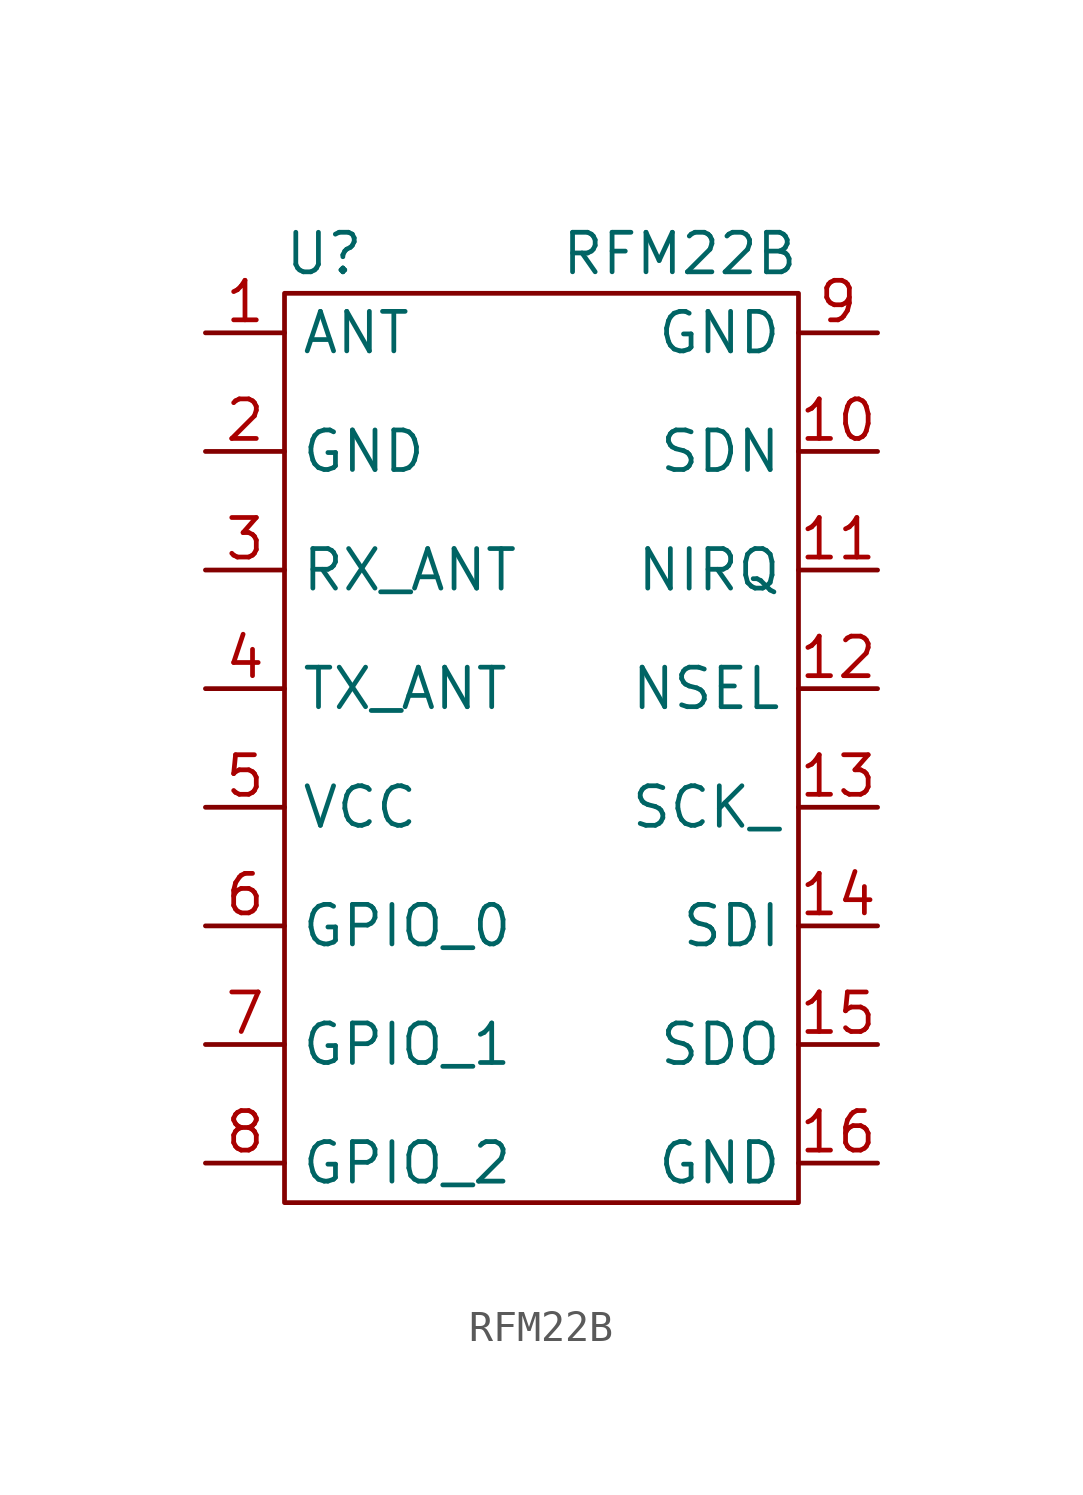
<source format=kicad_sym>
(kicad_symbol_lib
  (version 20220914)
  (generator kicad_symbol_editor)
  (symbol "RFM22B"
    (property "Reference" "U"
      (at -1.27 3.81 0)
      (effects (font (size 1.27 1.27))))
    (property "Value" "RFM22B"
      (at 10.16 3.81 0)
      (effects (font (size 1.27 1.27))))
    (symbol "RFM22B_0_1"
      (rectangle (start -2.54 2.54) (end 13.97 -26.67) (stroke (width 0) (type default)) (fill (type none))))
    (symbol "RFM22B_1_1"
      (pin bidirectional line (at -5.08 1.27 0) (length 2.54) (name "ANT" (effects (font (size 1.27 1.27)))) (number "1" (effects (font (size 1.27 1.27)))))
      (pin input line (at 16.51 -2.54 180) (length 2.54) (name "SDN" (effects (font (size 1.27 1.27)))) (number "10" (effects (font (size 1.27 1.27)))))
      (pin output line (at 16.51 -6.35 180) (length 2.54) (name "NIRQ" (effects (font (size 1.27 1.27)))) (number "11" (effects (font (size 1.27 1.27)))))
      (pin input line (at 16.51 -10.16 180) (length 2.54) (name "NSEL" (effects (font (size 1.27 1.27)))) (number "12" (effects (font (size 1.27 1.27)))))
      (pin input line (at 16.51 -13.97 180) (length 2.54) (name "SCK_" (effects (font (size 1.27 1.27)))) (number "13" (effects (font (size 1.27 1.27)))))
      (pin input line (at 16.51 -17.78 180) (length 2.54) (name "SDI" (effects (font (size 1.27 1.27)))) (number "14" (effects (font (size 1.27 1.27)))))
      (pin output line (at 16.51 -21.59 180) (length 2.54) (name "SDO" (effects (font (size 1.27 1.27)))) (number "15" (effects (font (size 1.27 1.27)))))
      (pin power_out line (at 16.51 -25.4 180) (length 2.54) (name "GND" (effects (font (size 1.27 1.27)))) (number "16" (effects (font (size 1.27 1.27)))))
      (pin power_out line (at -5.08 -2.54 0) (length 2.54) (name "GND" (effects (font (size 1.27 1.27)))) (number "2" (effects (font (size 1.27 1.27)))))
      (pin input line (at -5.08 -6.35 0) (length 2.54) (name "RX_ANT" (effects (font (size 1.27 1.27)))) (number "3" (effects (font (size 1.27 1.27)))))
      (pin input line (at -5.08 -10.16 0) (length 2.54) (name "TX_ANT" (effects (font (size 1.27 1.27)))) (number "4" (effects (font (size 1.27 1.27)))))
      (pin power_in line (at -5.08 -13.97 0) (length 2.54) (name "VCC" (effects (font (size 1.27 1.27)))) (number "5" (effects (font (size 1.27 1.27)))))
      (pin bidirectional line (at -5.08 -17.78 0) (length 2.54) (name "GPIO_0" (effects (font (size 1.27 1.27)))) (number "6" (effects (font (size 1.27 1.27)))))
      (pin bidirectional line (at -5.08 -21.59 0) (length 2.54) (name "GPIO_1" (effects (font (size 1.27 1.27)))) (number "7" (effects (font (size 1.27 1.27)))))
      (pin bidirectional line (at -5.08 -25.4 0) (length 2.54) (name "GPIO_2" (effects (font (size 1.27 1.27)))) (number "8" (effects (font (size 1.27 1.27)))))
      (pin power_out line (at 16.51 1.27 180) (length 2.54) (name "GND" (effects (font (size 1.27 1.27)))) (number "9" (effects (font (size 1.27 1.27))))))))
</source>
